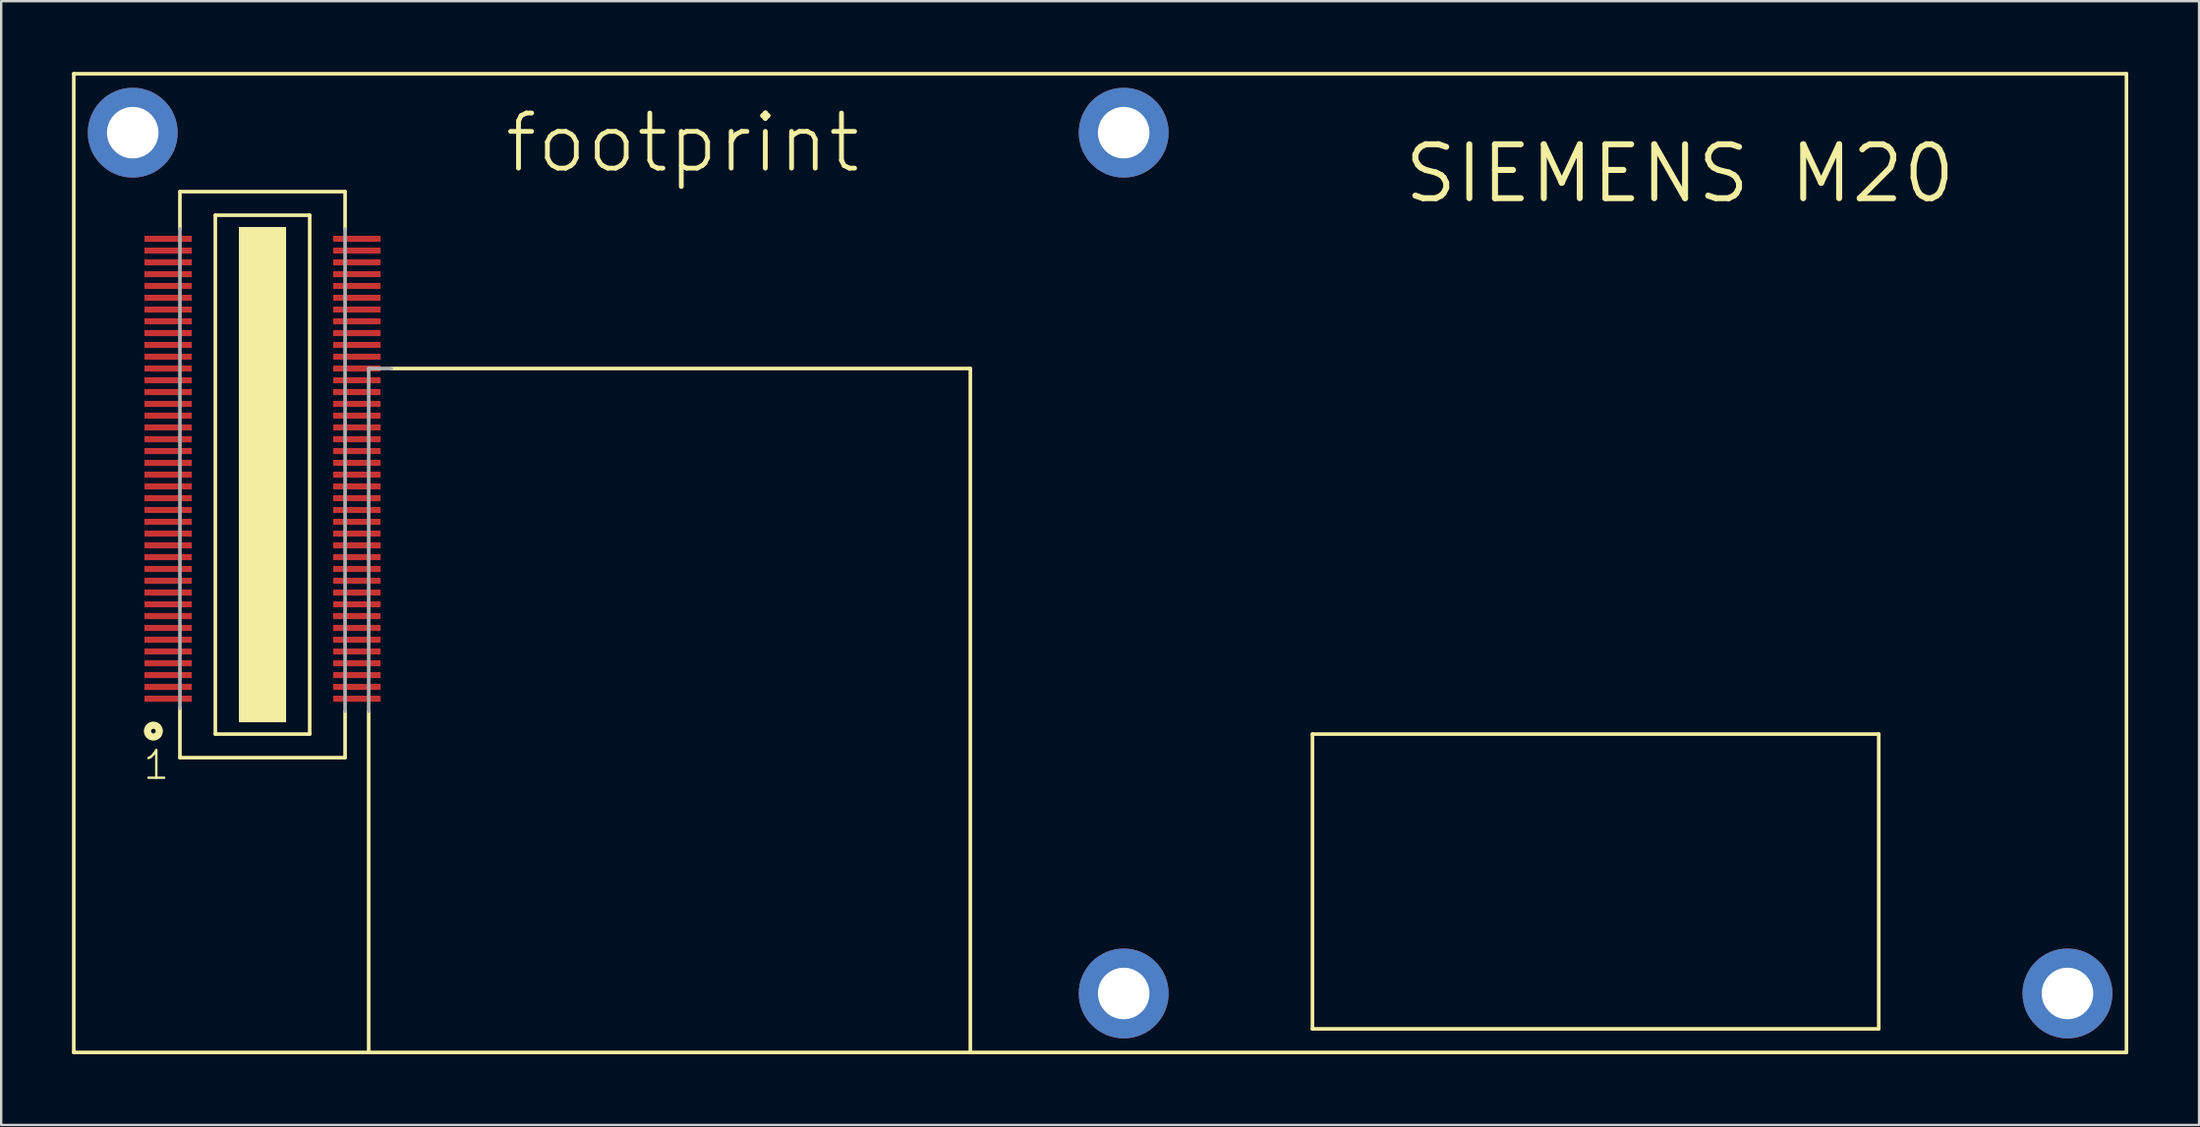
<source format=kicad_pcb>
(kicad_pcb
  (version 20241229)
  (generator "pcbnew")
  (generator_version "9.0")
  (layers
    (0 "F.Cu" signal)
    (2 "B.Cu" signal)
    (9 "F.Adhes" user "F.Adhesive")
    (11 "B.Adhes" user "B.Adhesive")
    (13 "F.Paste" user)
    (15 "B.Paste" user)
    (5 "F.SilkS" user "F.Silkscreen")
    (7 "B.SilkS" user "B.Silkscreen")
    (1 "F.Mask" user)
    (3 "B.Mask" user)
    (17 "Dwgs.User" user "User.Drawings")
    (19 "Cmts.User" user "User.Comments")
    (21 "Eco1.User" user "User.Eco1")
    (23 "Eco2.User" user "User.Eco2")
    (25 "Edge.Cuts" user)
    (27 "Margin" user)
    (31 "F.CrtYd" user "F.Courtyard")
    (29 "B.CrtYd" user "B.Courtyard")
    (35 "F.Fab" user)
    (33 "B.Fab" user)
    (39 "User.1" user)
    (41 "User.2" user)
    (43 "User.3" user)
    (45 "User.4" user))
  (footprint "footprint"
    (layer "F.Cu")
    (at 8.076 17.076)
    (property "Reference" "footprint" (at 10.16 -12.7 0) (layer "F.SilkS") (effects (font (size 2.337 2.337) (thickness 0.203)) (justify left bottom)))
    (fp_line (start -8 -17) (end -8 24.5) (stroke (width 0.152) (type solid)) (layer "F.SilkS"))
    (fp_line (start -8 24.5) (end 4.5 24.5) (stroke (width 0.152) (type solid)) (layer "F.SilkS"))
    (fp_line (start -3.5 -12) (end -3.5 -10.414) (stroke (width 0.152) (type solid)) (layer "F.SilkS"))
    (fp_line (start -3.5 9.906) (end -3.5 12) (stroke (width 0.152) (type solid)) (layer "F.SilkS"))
    (fp_line (start -3.5 12) (end 3.5 12) (stroke (width 0.152) (type solid)) (layer "F.SilkS"))
    (fp_line (start -2 -11) (end 2 -11) (stroke (width 0.152) (type solid)) (layer "F.SilkS"))
    (fp_line (start -2 11) (end -2 -11) (stroke (width 0.152) (type solid)) (layer "F.SilkS"))
    (fp_line (start 2 -11) (end 2 11) (stroke (width 0.152) (type solid)) (layer "F.SilkS"))
    (fp_line (start 2 11) (end -2 11) (stroke (width 0.152) (type solid)) (layer "F.SilkS"))
    (fp_line (start 3.5 -12) (end -3.5 -12) (stroke (width 0.152) (type solid)) (layer "F.SilkS"))
    (fp_line (start 3.5 -10.414) (end 3.5 -12) (stroke (width 0.152) (type solid)) (layer "F.SilkS"))
    (fp_line (start 3.5 12) (end 3.5 10.033) (stroke (width 0.152) (type solid)) (layer "F.SilkS"))
    (fp_line (start 4.5 24.5) (end 4.5 10.033) (stroke (width 0.152) (type solid)) (layer "F.SilkS"))
    (fp_line (start 4.5 24.5) (end 30 24.5) (stroke (width 0.152) (type solid)) (layer "F.SilkS"))
    (fp_line (start 5.461 -4.5) (end 30 -4.5) (stroke (width 0.152) (type solid)) (layer "F.SilkS"))
    (fp_line (start 30 -4.5) (end 30 24.5) (stroke (width 0.152) (type solid)) (layer "F.SilkS"))
    (fp_line (start 30 24.5) (end 79 24.5) (stroke (width 0.152) (type solid)) (layer "F.SilkS"))
    (fp_line (start 44.5 11) (end 68.5 11) (stroke (width 0.152) (type solid)) (layer "F.SilkS"))
    (fp_line (start 44.5 23.5) (end 44.5 11) (stroke (width 0.152) (type solid)) (layer "F.SilkS"))
    (fp_line (start 68.5 11) (end 68.5 23.5) (stroke (width 0.152) (type solid)) (layer "F.SilkS"))
    (fp_line (start 68.5 23.5) (end 44.5 23.5) (stroke (width 0.152) (type solid)) (layer "F.SilkS"))
    (fp_line (start 79 -17) (end -8 -17) (stroke (width 0.152) (type solid)) (layer "F.SilkS"))
    (fp_line (start 79 24.5) (end 79 -17) (stroke (width 0.152) (type solid)) (layer "F.SilkS"))
    (fp_circle (center -4.625 10.875) (end -4.375 10.875) (stroke (width 0.305) (type solid)) (fill no) (layer "F.SilkS"))
    (fp_poly (pts (xy -1 10.5) (xy 1 10.5) (xy 1 -10.5) (xy -1 -10.5)) (stroke (width 0) (type solid)) (fill yes) (layer "F.SilkS"))
    (fp_line (start -3.5 -10.414) (end -3.5 9.906) (stroke (width 0.152) (type solid)) (layer "F.Fab"))
    (fp_line (start 3.5 10.033) (end 3.5 -10.414) (stroke (width 0.152) (type solid)) (layer "F.Fab"))
    (fp_line (start 4.5 -4.5) (end 5.461 -4.5) (stroke (width 0.152) (type solid)) (layer "F.Fab"))
    (fp_line (start 4.5 10.033) (end 4.5 -4.5) (stroke (width 0.152) (type solid)) (layer "F.Fab"))
    (fp_text user "1" (at -5.125 13 0) (layer "F.SilkS") (effects (font (size 1.168 1.168) (thickness 0.102)) (justify left bottom)))
    (fp_text user "SIEMENS M20" (at 48.26 -11.43 0) (layer "F.SilkS") (effects (font (size 2.286 2.286) (thickness 0.254)) (justify left bottom)))
    (pad "1" smd rect (at -4 9.5) (size 2.007 0.254) (layers "F.Cu" "F.Mask" "F.Paste"))
    (pad "2" smd rect (at -4 9) (size 2.007 0.254) (layers "F.Cu" "F.Mask" "F.Paste"))
    (pad "3" smd rect (at -4 8.5) (size 2.007 0.254) (layers "F.Cu" "F.Mask" "F.Paste"))
    (pad "4" smd rect (at -4 8) (size 2.007 0.254) (layers "F.Cu" "F.Mask" "F.Paste"))
    (pad "5" smd rect (at -4 7.5) (size 2.007 0.254) (layers "F.Cu" "F.Mask" "F.Paste"))
    (pad "6" smd rect (at -4 7) (size 2.007 0.254) (layers "F.Cu" "F.Mask" "F.Paste"))
    (pad "7" smd rect (at -4 6.5) (size 2.007 0.254) (layers "F.Cu" "F.Mask" "F.Paste"))
    (pad "8" smd rect (at -4 6) (size 2.007 0.254) (layers "F.Cu" "F.Mask" "F.Paste"))
    (pad "9" smd rect (at -4 5.5) (size 2.007 0.254) (layers "F.Cu" "F.Mask" "F.Paste"))
    (pad "10" smd rect (at -4 5) (size 2.007 0.254) (layers "F.Cu" "F.Mask" "F.Paste"))
    (pad "11" smd rect (at -4 4.5) (size 2.007 0.254) (layers "F.Cu" "F.Mask" "F.Paste"))
    (pad "12" smd rect (at -4 4) (size 2.007 0.254) (layers "F.Cu" "F.Mask" "F.Paste"))
    (pad "13" smd rect (at -4 3.5) (size 2.007 0.254) (layers "F.Cu" "F.Mask" "F.Paste"))
    (pad "14" smd rect (at -4 3) (size 2.007 0.254) (layers "F.Cu" "F.Mask" "F.Paste"))
    (pad "15" smd rect (at -4 2.5) (size 2.007 0.254) (layers "F.Cu" "F.Mask" "F.Paste"))
    (pad "16" smd rect (at -4 2) (size 2.007 0.254) (layers "F.Cu" "F.Mask" "F.Paste"))
    (pad "17" smd rect (at -4 1.5) (size 2.007 0.254) (layers "F.Cu" "F.Mask" "F.Paste"))
    (pad "18" smd rect (at -4 1) (size 2.007 0.254) (layers "F.Cu" "F.Mask" "F.Paste"))
    (pad "19" smd rect (at -4 0.5) (size 2.007 0.254) (layers "F.Cu" "F.Mask" "F.Paste"))
    (pad "20" smd rect (at -4 0) (size 2.007 0.254) (layers "F.Cu" "F.Mask" "F.Paste"))
    (pad "21" smd rect (at -4 -0.5) (size 2.007 0.254) (layers "F.Cu" "F.Mask" "F.Paste"))
    (pad "22" smd rect (at -4 -1) (size 2.007 0.254) (layers "F.Cu" "F.Mask" "F.Paste"))
    (pad "23" smd rect (at -4 -1.5) (size 2.007 0.254) (layers "F.Cu" "F.Mask" "F.Paste"))
    (pad "24" smd rect (at -4 -2) (size 2.007 0.254) (layers "F.Cu" "F.Mask" "F.Paste"))
    (pad "25" smd rect (at -4 -2.5) (size 2.007 0.254) (layers "F.Cu" "F.Mask" "F.Paste"))
    (pad "26" smd rect (at -4 -3) (size 2.007 0.254) (layers "F.Cu" "F.Mask" "F.Paste"))
    (pad "27" smd rect (at -4 -3.5) (size 2.007 0.254) (layers "F.Cu" "F.Mask" "F.Paste"))
    (pad "28" smd rect (at -4 -4) (size 2.007 0.254) (layers "F.Cu" "F.Mask" "F.Paste"))
    (pad "29" smd rect (at -4 -4.5) (size 2.007 0.254) (layers "F.Cu" "F.Mask" "F.Paste"))
    (pad "30" smd rect (at -4 -5) (size 2.007 0.254) (layers "F.Cu" "F.Mask" "F.Paste"))
    (pad "31" smd rect (at -4 -5.5) (size 2.007 0.254) (layers "F.Cu" "F.Mask" "F.Paste"))
    (pad "32" smd rect (at -4 -6) (size 2.007 0.254) (layers "F.Cu" "F.Mask" "F.Paste"))
    (pad "33" smd rect (at -4 -6.5) (size 2.007 0.254) (layers "F.Cu" "F.Mask" "F.Paste"))
    (pad "34" smd rect (at -4 -7) (size 2.007 0.254) (layers "F.Cu" "F.Mask" "F.Paste"))
    (pad "35" smd rect (at -4 -7.5) (size 2.007 0.254) (layers "F.Cu" "F.Mask" "F.Paste"))
    (pad "36" smd rect (at -4 -8) (size 2.007 0.254) (layers "F.Cu" "F.Mask" "F.Paste"))
    (pad "37" smd rect (at -4 -8.5) (size 2.007 0.254) (layers "F.Cu" "F.Mask" "F.Paste"))
    (pad "38" smd rect (at -4 -9) (size 2.007 0.254) (layers "F.Cu" "F.Mask" "F.Paste"))
    (pad "39" smd rect (at -4 -9.5) (size 2.007 0.254) (layers "F.Cu" "F.Mask" "F.Paste"))
    (pad "40" smd rect (at -4 -10) (size 2.007 0.254) (layers "F.Cu" "F.Mask" "F.Paste"))
    (pad "41" smd rect (at 4 -10) (size 2.007 0.254) (layers "F.Cu" "F.Mask" "F.Paste"))
    (pad "42" smd rect (at 4 -9.5) (size 2.007 0.254) (layers "F.Cu" "F.Mask" "F.Paste"))
    (pad "43" smd rect (at 4 -9) (size 2.007 0.254) (layers "F.Cu" "F.Mask" "F.Paste"))
    (pad "44" smd rect (at 4 -8.5) (size 2.007 0.254) (layers "F.Cu" "F.Mask" "F.Paste"))
    (pad "45" smd rect (at 4 -8) (size 2.007 0.254) (layers "F.Cu" "F.Mask" "F.Paste"))
    (pad "46" smd rect (at 4 -7.5) (size 2.007 0.254) (layers "F.Cu" "F.Mask" "F.Paste"))
    (pad "47" smd rect (at 4 -7) (size 2.007 0.254) (layers "F.Cu" "F.Mask" "F.Paste"))
    (pad "48" smd rect (at 4 -6.5) (size 2.007 0.254) (layers "F.Cu" "F.Mask" "F.Paste"))
    (pad "49" smd rect (at 4 -6) (size 2.007 0.254) (layers "F.Cu" "F.Mask" "F.Paste"))
    (pad "50" smd rect (at 4 -5.5) (size 2.007 0.254) (layers "F.Cu" "F.Mask" "F.Paste"))
    (pad "51" smd rect (at 4 -5) (size 2.007 0.254) (layers "F.Cu" "F.Mask" "F.Paste"))
    (pad "52" smd rect (at 4 -4.5) (size 2.007 0.254) (layers "F.Cu" "F.Mask" "F.Paste"))
    (pad "53" smd rect (at 4 -4) (size 2.007 0.254) (layers "F.Cu" "F.Mask" "F.Paste"))
    (pad "54" smd rect (at 4 -3.5) (size 2.007 0.254) (layers "F.Cu" "F.Mask" "F.Paste"))
    (pad "55" smd rect (at 4 -3) (size 2.007 0.254) (layers "F.Cu" "F.Mask" "F.Paste"))
    (pad "56" smd rect (at 4 -2.5) (size 2.007 0.254) (layers "F.Cu" "F.Mask" "F.Paste"))
    (pad "57" smd rect (at 4 -2) (size 2.007 0.254) (layers "F.Cu" "F.Mask" "F.Paste"))
    (pad "58" smd rect (at 4 -1.5) (size 2.007 0.254) (layers "F.Cu" "F.Mask" "F.Paste"))
    (pad "59" smd rect (at 4 -1) (size 2.007 0.254) (layers "F.Cu" "F.Mask" "F.Paste"))
    (pad "60" smd rect (at 4 -0.5) (size 2.007 0.254) (layers "F.Cu" "F.Mask" "F.Paste"))
    (pad "61" smd rect (at 4 0) (size 2.007 0.254) (layers "F.Cu" "F.Mask" "F.Paste"))
    (pad "62" smd rect (at 4 0.5) (size 2.007 0.254) (layers "F.Cu" "F.Mask" "F.Paste"))
    (pad "63" smd rect (at 4 1) (size 2.007 0.254) (layers "F.Cu" "F.Mask" "F.Paste"))
    (pad "64" smd rect (at 4 1.5) (size 2.007 0.254) (layers "F.Cu" "F.Mask" "F.Paste"))
    (pad "65" smd rect (at 4 2) (size 2.007 0.254) (layers "F.Cu" "F.Mask" "F.Paste"))
    (pad "66" smd rect (at 4 2.5) (size 2.007 0.254) (layers "F.Cu" "F.Mask" "F.Paste"))
    (pad "67" smd rect (at 4 3) (size 2.007 0.254) (layers "F.Cu" "F.Mask" "F.Paste"))
    (pad "68" smd rect (at 4 3.5) (size 2.007 0.254) (layers "F.Cu" "F.Mask" "F.Paste"))
    (pad "69" smd rect (at 4 4) (size 2.007 0.254) (layers "F.Cu" "F.Mask" "F.Paste"))
    (pad "70" smd rect (at 4 4.5) (size 2.007 0.254) (layers "F.Cu" "F.Mask" "F.Paste"))
    (pad "71" smd rect (at 4 5) (size 2.007 0.254) (layers "F.Cu" "F.Mask" "F.Paste"))
    (pad "72" smd rect (at 4 5.5) (size 2.007 0.254) (layers "F.Cu" "F.Mask" "F.Paste"))
    (pad "73" smd rect (at 4 6) (size 2.007 0.254) (layers "F.Cu" "F.Mask" "F.Paste"))
    (pad "74" smd rect (at 4 6.5) (size 2.007 0.254) (layers "F.Cu" "F.Mask" "F.Paste"))
    (pad "75" smd rect (at 4 7) (size 2.007 0.254) (layers "F.Cu" "F.Mask" "F.Paste"))
    (pad "76" smd rect (at 4 7.5) (size 2.007 0.254) (layers "F.Cu" "F.Mask" "F.Paste"))
    (pad "77" smd rect (at 4 8) (size 2.007 0.254) (layers "F.Cu" "F.Mask" "F.Paste"))
    (pad "78" smd rect (at 4 8.5) (size 2.007 0.254) (layers "F.Cu" "F.Mask" "F.Paste"))
    (pad "79" smd rect (at 4 9) (size 2.007 0.254) (layers "F.Cu" "F.Mask" "F.Paste"))
    (pad "80" smd rect (at 4 9.5) (size 2.007 0.254) (layers "F.Cu" "F.Mask" "F.Paste"))
    (pad "B1" thru_hole circle (at -5.5 -14.5) (size 3.81 3.81) (drill 2.184) (layers "*.Cu" "*.Mask"))
    (pad "B2" thru_hole circle (at 36.5 -14.5) (size 3.81 3.81) (drill 2.184) (layers "*.Cu" "*.Mask"))
    (pad "B3" thru_hole circle (at 36.5 22) (size 3.81 3.81) (drill 2.184) (layers "*.Cu" "*.Mask"))
    (pad "PB4" thru_hole circle (at 76.5 22) (size 3.81 3.81) (drill 2.184) (layers "*.Cu" "*.Mask")))
  (gr_rect
    (start -3 -3)
    (end 90.153 44.653)
    (stroke (width 0.1) (type default))
    (fill no)
    (layer "Edge.Cuts")))
</source>
